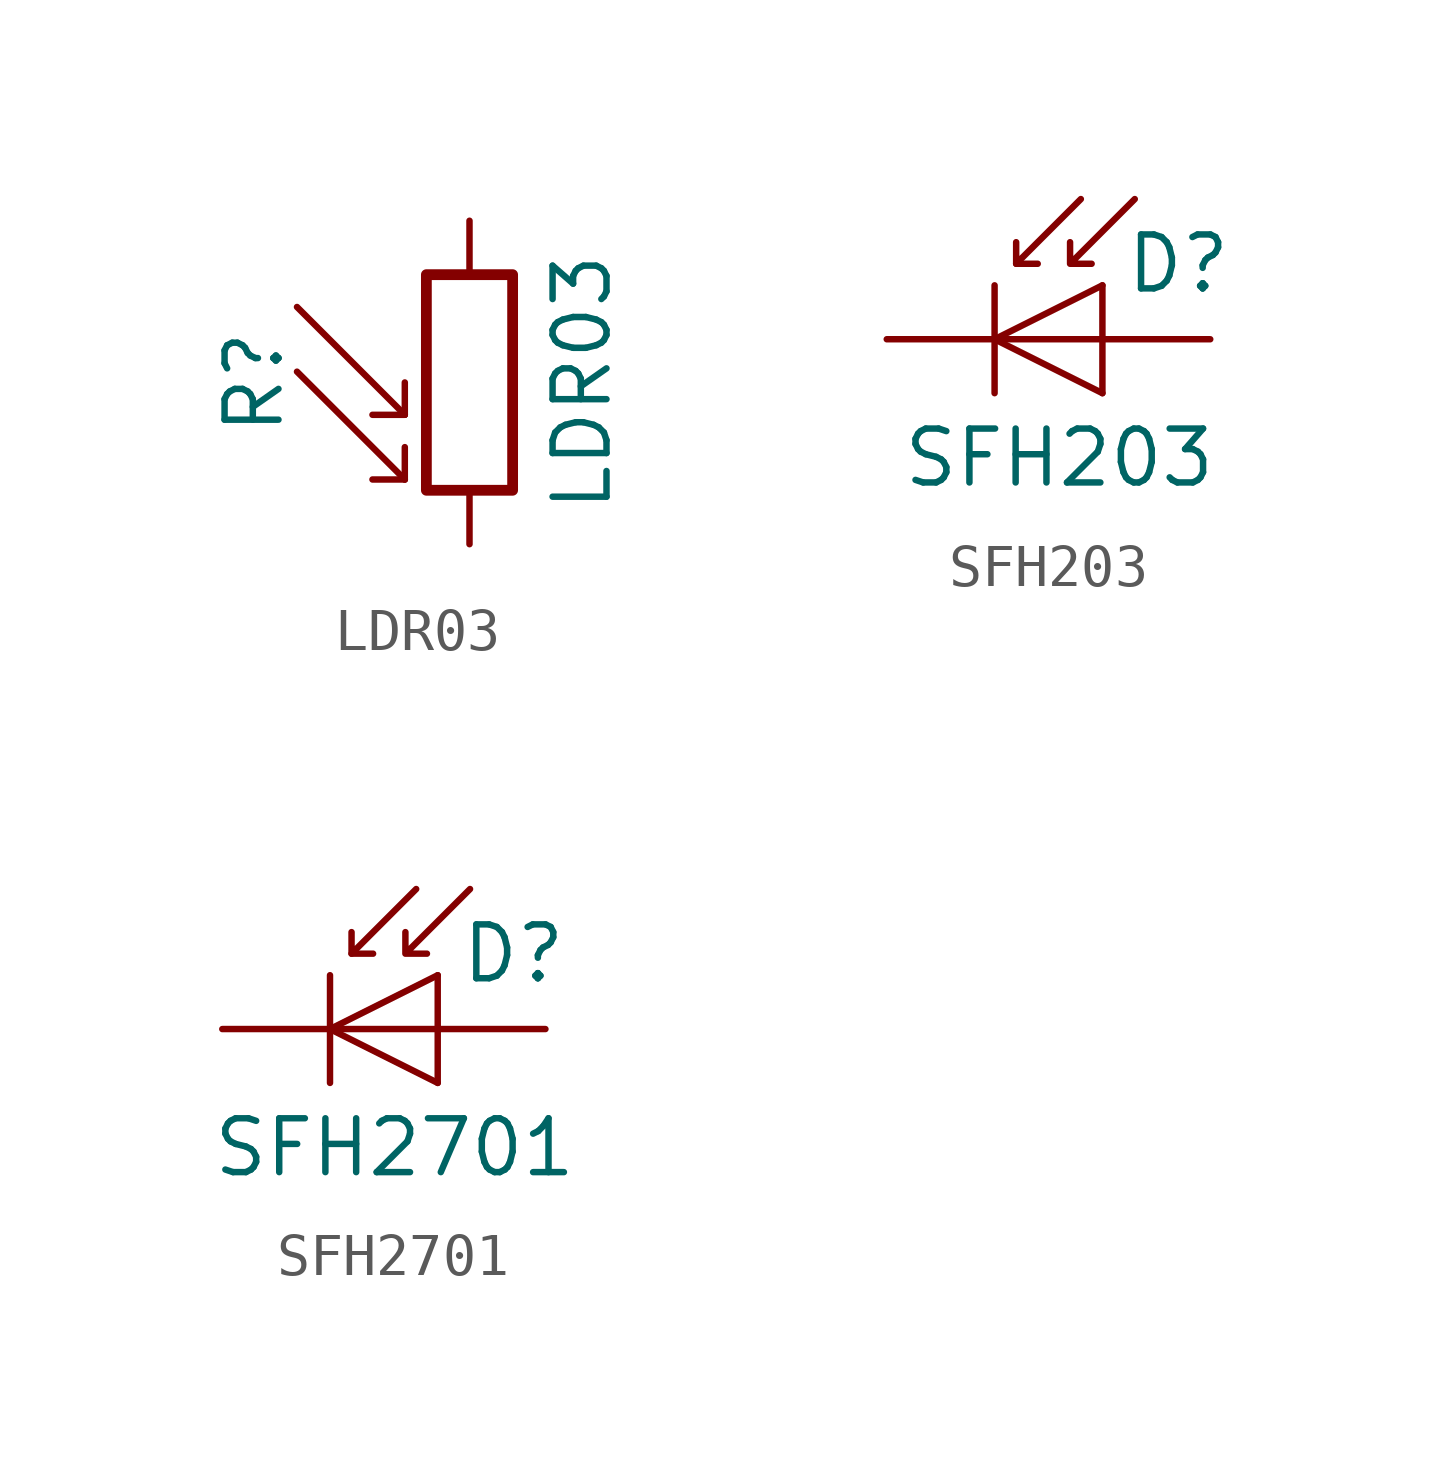
<source format=kicad_sym>
(kicad_symbol_lib
  (version 20211014)
  (generator kicad_symbol_editor)
  (symbol "Sensor_Optical:LDR03"
    (pin_numbers hide)
    (pin_names
      (offset 0))
    (property "Reference" "R"
      (at -5.08 0 90)
      (effects (font (size 1.27 1.27))))
    (property "Value" "LDR03"
      (at 1.905 0 90)
      (effects (font (size 1.27 1.27)) (justify top)))
    (symbol "LDR03_0_1"
      (rectangle (start -1.016 2.54) (end 1.016 -2.54) (stroke (width 0.254) (type default) (color 0 0 0 0)) (fill (type none)))
      (polyline (pts (xy -1.524 -2.286) (xy -4.064 0.254)) (stroke (width 0) (type default) (color 0 0 0 0)) (fill (type none)))
      (polyline (pts (xy -1.524 -2.286) (xy -2.286 -2.286)) (stroke (width 0) (type default) (color 0 0 0 0)) (fill (type none)))
      (polyline (pts (xy -1.524 -2.286) (xy -1.524 -1.524)) (stroke (width 0) (type default) (color 0 0 0 0)) (fill (type none)))
      (polyline (pts (xy -1.524 -0.762) (xy -4.064 1.778)) (stroke (width 0) (type default) (color 0 0 0 0)) (fill (type none)))
      (polyline (pts (xy -1.524 -0.762) (xy -2.286 -0.762)) (stroke (width 0) (type default) (color 0 0 0 0)) (fill (type none)))
      (polyline (pts (xy -1.524 -0.762) (xy -1.524 0)) (stroke (width 0) (type default) (color 0 0 0 0)) (fill (type none))))
    (symbol "LDR03_1_1"
      (pin passive line (at 0 3.81 270) (length 1.27) (name "~" (effects (font (size 1.27 1.27)))) (number "1" (effects (font (size 1.27 1.27)))))
      (pin passive line (at 0 -3.81 90) (length 1.27) (name "~" (effects (font (size 1.27 1.27)))) (number "2" (effects (font (size 1.27 1.27)))))))
  (symbol "Sensor_Optical:SFH203"
    (pin_numbers hide)
    (pin_names hide)
    (property "Reference" "D"
      (at 0.508 1.778 0)
      (effects (font (size 1.27 1.27)) (justify left)))
    (property "Value" "SFH203"
      (at -1.016 -2.794 0)
      (effects (font (size 1.27 1.27))))
    (symbol "SFH203_0_1"
      (polyline (pts (xy -2.54 0) (xy 0 0)) (stroke (width 0) (type default) (color 0 0 0 0)) (fill (type none)))
      (polyline (pts (xy -2.54 1.27) (xy -2.54 -1.27)) (stroke (width 0.152) (type default) (color 0 0 0 0)) (fill (type none)))
      (polyline (pts (xy -2.032 1.778) (xy -1.524 1.778)) (stroke (width 0) (type default) (color 0 0 0 0)) (fill (type none)))
      (polyline (pts (xy 0 -1.27) (xy 0 1.27)) (stroke (width 0) (type default) (color 0 0 0 0)) (fill (type none)))
      (polyline (pts (xy -0.508 3.302) (xy -2.032 1.778) (xy -2.032 2.286)) (stroke (width 0) (type default) (color 0 0 0 0)) (fill (type none)))
      (polyline (pts (xy 0 1.27) (xy -2.54 0) (xy 0 -1.27)) (stroke (width 0) (type default) (color 0 0 0 0)) (fill (type none)))
      (polyline (pts (xy 0.762 3.302) (xy -0.762 1.778) (xy -0.762 2.286) (xy -0.762 1.778) (xy -0.254 1.778)) (stroke (width 0) (type default) (color 0 0 0 0)) (fill (type none))))
    (symbol "SFH203_1_1"
      (pin passive line (at -5.08 0 0) (length 2.54) (name "K" (effects (font (size 1.27 1.27)))) (number "1" (effects (font (size 1.27 1.27)))))
      (pin passive line (at 2.54 0 180) (length 2.54) (name "A" (effects (font (size 1.27 1.27)))) (number "2" (effects (font (size 1.27 1.27)))))))
  (symbol "Sensor_Optical:SFH2701"
    (pin_numbers hide)
    (pin_names
      (offset 1.016) hide)
    (property "Reference" "D"
      (at 0.508 1.778 0)
      (effects (font (size 1.27 1.27)) (justify left)))
    (property "Value" "SFH2701"
      (at -1.016 -2.794 0)
      (effects (font (size 1.27 1.27))))
    (symbol "SFH2701_0_1"
      (polyline (pts (xy -2.54 1.27) (xy -2.54 -1.27)) (stroke (width 0.152) (type default) (color 0 0 0 0)) (fill (type none)))
      (polyline (pts (xy -2.032 1.778) (xy -1.524 1.778)) (stroke (width 0) (type default) (color 0 0 0 0)) (fill (type none)))
      (polyline (pts (xy 0 0) (xy -2.54 0)) (stroke (width 0) (type default) (color 0 0 0 0)) (fill (type none)))
      (polyline (pts (xy 0 1.27) (xy 0 -1.27)) (stroke (width 0) (type default) (color 0 0 0 0)) (fill (type none)))
      (polyline (pts (xy -0.508 3.302) (xy -2.032 1.778) (xy -2.032 2.286)) (stroke (width 0) (type default) (color 0 0 0 0)) (fill (type none)))
      (polyline (pts (xy 0 1.27) (xy -2.54 0) (xy 0 -1.27)) (stroke (width 0) (type default) (color 0 0 0 0)) (fill (type none)))
      (polyline (pts (xy 0.762 3.302) (xy -0.762 1.778) (xy -0.762 2.286) (xy -0.762 1.778) (xy -0.254 1.778)) (stroke (width 0) (type default) (color 0 0 0 0)) (fill (type none))))
    (symbol "SFH2701_1_1"
      (pin passive line (at -5.08 0 0) (length 2.54) (name "K" (effects (font (size 1.27 1.27)))) (number "1" (effects (font (size 1.27 1.27)))))
      (pin passive line (at 2.54 0 180) (length 2.54) (name "A" (effects (font (size 1.27 1.27)))) (number "2" (effects (font (size 1.27 1.27))))))))
</source>
